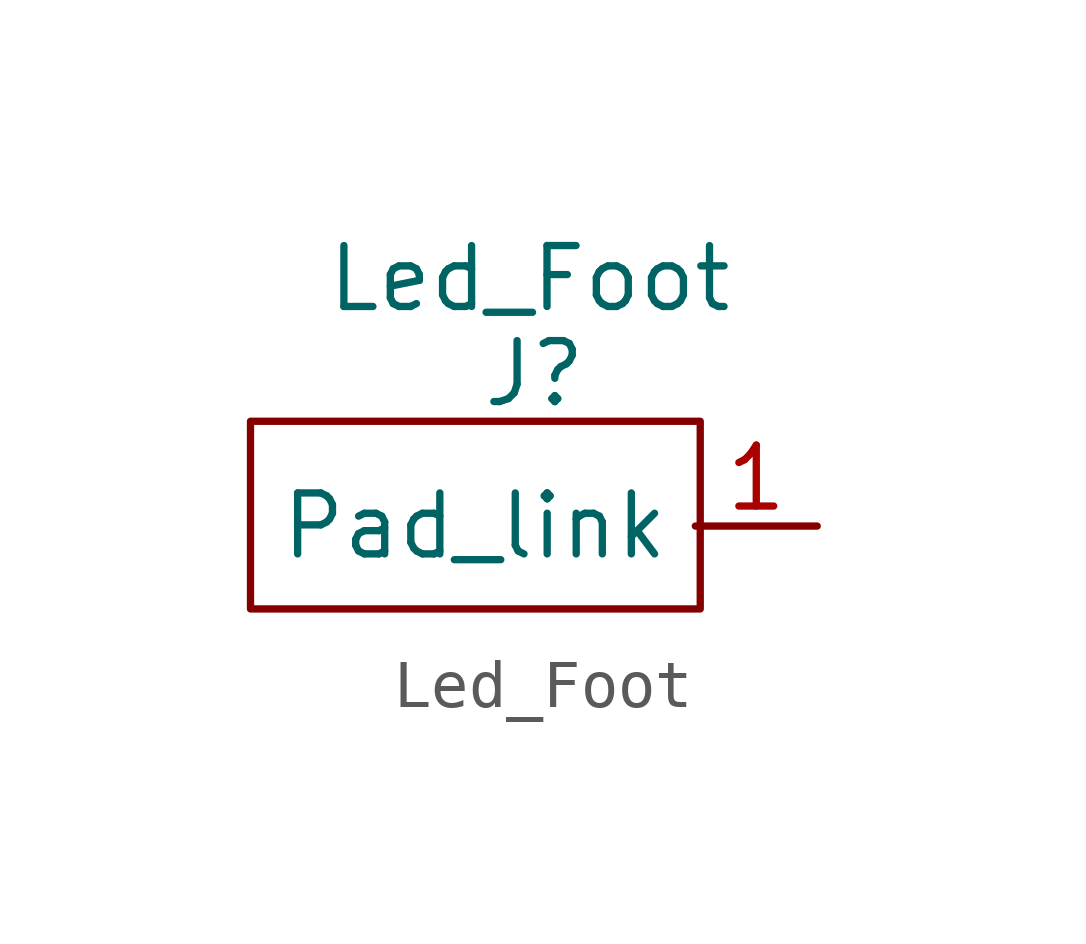
<source format=kicad_sym>
(kicad_symbol_lib
  (version 20211014)
  (generator kicad_symbol_editor)
  (symbol "Led_Foot"
    (property "Reference" "J"
      (at 0.102 -1.981 0)
      (effects (font (size 1.27 1.27))))
    (property "Value" "Led_Foot"
      (at 0 0 0)
      (effects (font (size 1.27 1.27))))
    (symbol "Led_Foot_0_1"
      (rectangle (start -5.817 -2.972) (end 3.556 -6.883) (stroke (width 0) (type default) (color 0 0 0 0)) (fill (type none))))
    (symbol "Led_Foot_1_1"
      (pin passive line (at 5.994 -5.156 180) (length 2.54) (name "Pad_link" (effects (font (size 1.27 1.27)))) (number "1" (effects (font (size 1.27 1.27))))))))
</source>
